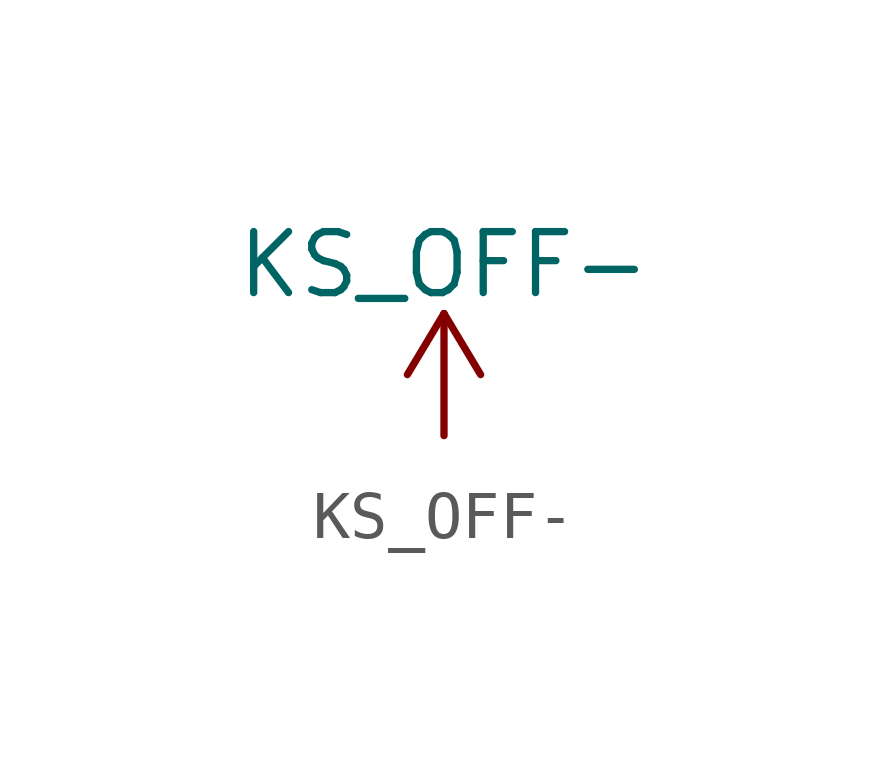
<source format=kicad_sym>
(kicad_symbol_lib
  (version 20211014)
  (generator kicad_symbol_editor)
  (symbol "KS_OFF-"
    (power)
    (pin_names
      (offset 0))
    (property "Reference" "#PWR"
      (at 0 -3.81 0)
      (effects (font (size 1.27 1.27)) hide))
    (property "Value" "KS_OFF-"
      (at 0 3.556 0)
      (effects (font (size 1.27 1.27))))
    (symbol "KS_OFF-_0_1"
      (polyline (pts (xy -0.762 1.27) (xy 0 2.54)) (stroke (width 0) (type default) (color 0 0 0 0)) (fill (type none)))
      (polyline (pts (xy 0 0) (xy 0 2.54)) (stroke (width 0) (type default) (color 0 0 0 0)) (fill (type none)))
      (polyline (pts (xy 0 2.54) (xy 0.762 1.27)) (stroke (width 0) (type default) (color 0 0 0 0)) (fill (type none))))
    (symbol "KS_OFF-_1_1"
      (pin power_in line (at 0 0 90) (length 0) hide (name "KS_OFF-" (effects (font (size 1.27 1.27)))) (number "1" (effects (font (size 1.27 1.27))))))))
</source>
